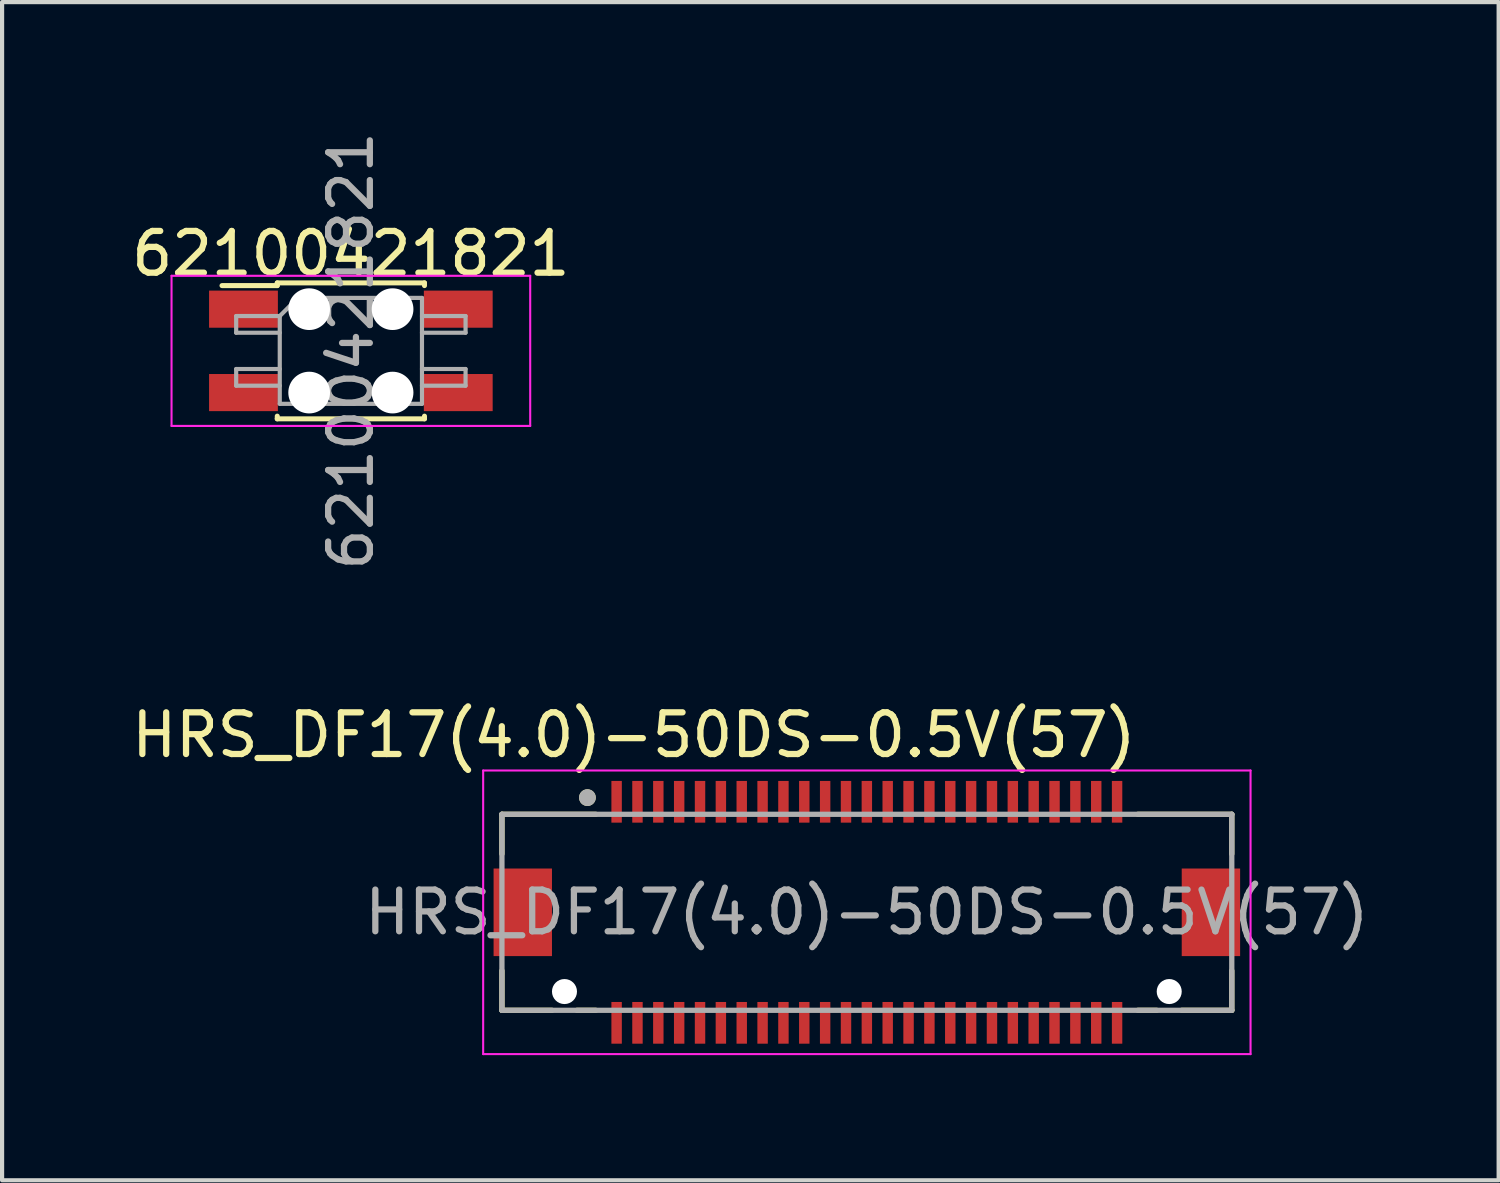
<source format=kicad_pcb>
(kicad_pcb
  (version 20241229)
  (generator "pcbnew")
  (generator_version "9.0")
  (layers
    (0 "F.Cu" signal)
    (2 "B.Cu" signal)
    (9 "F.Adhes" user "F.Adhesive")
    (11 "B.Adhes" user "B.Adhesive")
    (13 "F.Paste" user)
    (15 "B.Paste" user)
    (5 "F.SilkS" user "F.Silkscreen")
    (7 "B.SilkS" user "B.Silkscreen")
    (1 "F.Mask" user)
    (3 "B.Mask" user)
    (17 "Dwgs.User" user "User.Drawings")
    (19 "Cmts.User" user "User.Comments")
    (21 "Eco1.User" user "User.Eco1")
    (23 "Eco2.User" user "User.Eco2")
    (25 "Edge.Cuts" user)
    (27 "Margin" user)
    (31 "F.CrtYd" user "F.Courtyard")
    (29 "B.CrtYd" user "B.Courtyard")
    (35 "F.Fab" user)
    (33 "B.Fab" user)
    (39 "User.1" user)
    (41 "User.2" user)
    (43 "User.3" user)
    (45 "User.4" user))
  (footprint "62100421821"
    (layer "F.Cu")
    (at 5.363 5.363)
    (property "Reference" "62100421821" (at 0 -2.33 0) (layer "F.SilkS") (effects (font (size 1 1) (thickness 0.15))))
    (attr smd)
    (fp_line (start -3.09 -1.565) (end -1.765 -1.565) (stroke (width 0.12) (type solid)) (layer "F.SilkS"))
    (fp_line (start -1.765 -1.63) (end -1.765 -1.565) (stroke (width 0.12) (type solid)) (layer "F.SilkS"))
    (fp_line (start -1.765 -1.63) (end 1.765 -1.63) (stroke (width 0.12) (type solid)) (layer "F.SilkS"))
    (fp_line (start -1.765 1.565) (end -1.765 1.63) (stroke (width 0.12) (type solid)) (layer "F.SilkS"))
    (fp_line (start -1.765 1.63) (end 1.765 1.63) (stroke (width 0.12) (type solid)) (layer "F.SilkS"))
    (fp_line (start 1.765 -1.63) (end 1.765 -1.565) (stroke (width 0.12) (type solid)) (layer "F.SilkS"))
    (fp_line (start 1.765 1.565) (end 1.765 1.63) (stroke (width 0.12) (type solid)) (layer "F.SilkS"))
    (fp_line (start -4.3 -1.8) (end -4.3 1.8) (stroke (width 0.05) (type solid)) (layer "F.CrtYd"))
    (fp_line (start -4.3 1.8) (end 4.3 1.8) (stroke (width 0.05) (type solid)) (layer "F.CrtYd"))
    (fp_line (start 4.3 -1.8) (end -4.3 -1.8) (stroke (width 0.05) (type solid)) (layer "F.CrtYd"))
    (fp_line (start 4.3 1.8) (end 4.3 -1.8) (stroke (width 0.05) (type solid)) (layer "F.CrtYd"))
    (fp_line (start -2.75 -0.835) (end -2.75 -0.435) (stroke (width 0.1) (type solid)) (layer "F.Fab"))
    (fp_line (start -2.75 -0.435) (end -1.705 -0.435) (stroke (width 0.1) (type solid)) (layer "F.Fab"))
    (fp_line (start -2.75 0.435) (end -2.75 0.835) (stroke (width 0.1) (type solid)) (layer "F.Fab"))
    (fp_line (start -2.75 0.835) (end -1.705 0.835) (stroke (width 0.1) (type solid)) (layer "F.Fab"))
    (fp_line (start -1.705 -0.835) (end -2.75 -0.835) (stroke (width 0.1) (type solid)) (layer "F.Fab"))
    (fp_line (start -1.705 -0.835) (end -1.27 -1.27) (stroke (width 0.1) (type solid)) (layer "F.Fab"))
    (fp_line (start -1.705 0.435) (end -2.75 0.435) (stroke (width 0.1) (type solid)) (layer "F.Fab"))
    (fp_line (start -1.705 1.27) (end -1.705 -0.835) (stroke (width 0.1) (type solid)) (layer "F.Fab"))
    (fp_line (start -1.27 -1.27) (end 1.705 -1.27) (stroke (width 0.1) (type solid)) (layer "F.Fab"))
    (fp_line (start 1.705 -1.27) (end 1.705 1.27) (stroke (width 0.1) (type solid)) (layer "F.Fab"))
    (fp_line (start 1.705 -0.835) (end 2.75 -0.835) (stroke (width 0.1) (type solid)) (layer "F.Fab"))
    (fp_line (start 1.705 0.435) (end 2.75 0.435) (stroke (width 0.1) (type solid)) (layer "F.Fab"))
    (fp_line (start 1.705 1.27) (end -1.705 1.27) (stroke (width 0.1) (type solid)) (layer "F.Fab"))
    (fp_line (start 2.75 -0.835) (end 2.75 -0.435) (stroke (width 0.1) (type solid)) (layer "F.Fab"))
    (fp_line (start 2.75 -0.435) (end 1.705 -0.435) (stroke (width 0.1) (type solid)) (layer "F.Fab"))
    (fp_line (start 2.75 0.435) (end 2.75 0.835) (stroke (width 0.1) (type solid)) (layer "F.Fab"))
    (fp_line (start 2.75 0.835) (end 1.705 0.835) (stroke (width 0.1) (type solid)) (layer "F.Fab"))
    (fp_text user "${REFERENCE}" (at 0 0 90) (layer "F.Fab") (effects (font (size 1 1) (thickness 0.15))))
    (pad "" np_thru_hole circle (at -1 -1) (size 1 1) (drill 1) (layers "*.Cu" "*.Mask"))
    (pad "" np_thru_hole circle (at -1 1) (size 1 1) (drill 1) (layers "*.Cu" "*.Mask"))
    (pad "" np_thru_hole circle (at 1 -1) (size 1 1) (drill 1) (layers "*.Cu" "*.Mask"))
    (pad "" np_thru_hole circle (at 1 1) (size 1 1) (drill 1) (layers "*.Cu" "*.Mask"))
    (pad "1" smd rect (at -2.575 -1) (size 1.65 0.89) (layers "F.Cu" "F.Mask" "F.Paste"))
    (pad "2" smd rect (at 2.575 -1) (size 1.65 0.89) (layers "F.Cu" "F.Mask" "F.Paste"))
    (pad "3" smd rect (at -2.575 1) (size 1.65 0.89) (layers "F.Cu" "F.Mask" "F.Paste"))
    (pad "4" smd rect (at 2.575 1) (size 1.65 0.89) (layers "F.Cu" "F.Mask" "F.Paste")))
  (footprint "HRS_DF17(4.0)-50DS-0.5V(57)"
    (layer "F.Cu")
    (at 17.735 18.825)
    (property "Reference" "HRS_DF17(4.0)-50DS-0.5V(57)" (at -5.586 -4.25 0) (layer "F.SilkS") (effects (font (size 1 1) (thickness 0.15))))
    (attr through_hole)
    (fp_line (start -8.75 -2.35) (end -6.5 -2.35) (stroke (width 0.127) (type solid)) (layer "F.SilkS"))
    (fp_line (start -8.75 -1.4) (end -8.75 -2.35) (stroke (width 0.127) (type solid)) (layer "F.SilkS"))
    (fp_line (start -8.75 1.4) (end -8.75 2.35) (stroke (width 0.127) (type solid)) (layer "F.SilkS"))
    (fp_line (start -8.75 2.35) (end -7.55 2.35) (stroke (width 0.127) (type solid)) (layer "F.SilkS"))
    (fp_line (start -6.95 2.35) (end -6.5 2.35) (stroke (width 0.127) (type solid)) (layer "F.SilkS"))
    (fp_line (start 6.5 -2.35) (end 8.75 -2.35) (stroke (width 0.127) (type solid)) (layer "F.SilkS"))
    (fp_line (start 6.95 2.35) (end 6.5 2.35) (stroke (width 0.127) (type solid)) (layer "F.SilkS"))
    (fp_line (start 8.75 -2.35) (end 8.75 -1.4) (stroke (width 0.127) (type solid)) (layer "F.SilkS"))
    (fp_line (start 8.75 1.4) (end 8.75 2.35) (stroke (width 0.127) (type solid)) (layer "F.SilkS"))
    (fp_line (start 8.75 2.35) (end 7.55 2.35) (stroke (width 0.127) (type solid)) (layer "F.SilkS"))
    (fp_circle (center -6.7 -2.75) (end -6.6 -2.75) (stroke (width 0.2) (type solid)) (fill no) (layer "F.SilkS"))
    (fp_line (start -9.2 -3.4) (end 9.2 -3.4) (stroke (width 0.05) (type solid)) (layer "F.CrtYd"))
    (fp_line (start -9.2 3.4) (end -9.2 -3.4) (stroke (width 0.05) (type solid)) (layer "F.CrtYd"))
    (fp_line (start 9.2 -3.4) (end 9.2 3.4) (stroke (width 0.05) (type solid)) (layer "F.CrtYd"))
    (fp_line (start 9.2 3.4) (end -9.2 3.4) (stroke (width 0.05) (type solid)) (layer "F.CrtYd"))
    (fp_line (start -8.75 -2.35) (end 8.75 -2.35) (stroke (width 0.127) (type solid)) (layer "F.Fab"))
    (fp_line (start -8.75 2.35) (end -8.75 -2.35) (stroke (width 0.127) (type solid)) (layer "F.Fab"))
    (fp_line (start 8.75 -2.35) (end 8.75 2.35) (stroke (width 0.127) (type solid)) (layer "F.Fab"))
    (fp_line (start 8.75 2.35) (end -8.75 2.35) (stroke (width 0.127) (type solid)) (layer "F.Fab"))
    (fp_circle (center -6.7 -2.75) (end -6.6 -2.75) (stroke (width 0.2) (type solid)) (fill no) (layer "F.Fab"))
    (fp_text user "${REFERENCE}" (at 0 0 0) (layer "F.Fab") (effects (font (size 1 1) (thickness 0.15))))
    (pad "" np_thru_hole circle (at -7.25 1.9) (size 0.6 0.6) (drill 0.6) (layers "*.Cu" "*.Mask"))
    (pad "" np_thru_hole circle (at 7.25 1.9) (size 0.6 0.6) (drill 0.6) (layers "*.Cu" "*.Mask"))
    (pad "1" smd rect (at -6 -2.65) (size 0.25 1) (layers "F.Cu" "F.Mask" "F.Paste"))
    (pad "2" smd rect (at -6 2.65) (size 0.25 1) (layers "F.Cu" "F.Mask" "F.Paste"))
    (pad "3" smd rect (at -5.5 -2.65) (size 0.25 1) (layers "F.Cu" "F.Mask" "F.Paste"))
    (pad "4" smd rect (at -5.5 2.65) (size 0.25 1) (layers "F.Cu" "F.Mask" "F.Paste"))
    (pad "5" smd rect (at -5 -2.65) (size 0.25 1) (layers "F.Cu" "F.Mask" "F.Paste"))
    (pad "6" smd rect (at -5 2.65) (size 0.25 1) (layers "F.Cu" "F.Mask" "F.Paste"))
    (pad "7" smd rect (at -4.5 -2.65) (size 0.25 1) (layers "F.Cu" "F.Mask" "F.Paste"))
    (pad "8" smd rect (at -4.5 2.65) (size 0.25 1) (layers "F.Cu" "F.Mask" "F.Paste"))
    (pad "9" smd rect (at -4 -2.65) (size 0.25 1) (layers "F.Cu" "F.Mask" "F.Paste"))
    (pad "10" smd rect (at -4 2.65) (size 0.25 1) (layers "F.Cu" "F.Mask" "F.Paste"))
    (pad "11" smd rect (at -3.5 -2.65) (size 0.25 1) (layers "F.Cu" "F.Mask" "F.Paste"))
    (pad "12" smd rect (at -3.5 2.65) (size 0.25 1) (layers "F.Cu" "F.Mask" "F.Paste"))
    (pad "13" smd rect (at -3 -2.65) (size 0.25 1) (layers "F.Cu" "F.Mask" "F.Paste"))
    (pad "14" smd rect (at -3 2.65) (size 0.25 1) (layers "F.Cu" "F.Mask" "F.Paste"))
    (pad "15" smd rect (at -2.5 -2.65) (size 0.25 1) (layers "F.Cu" "F.Mask" "F.Paste"))
    (pad "16" smd rect (at -2.5 2.65) (size 0.25 1) (layers "F.Cu" "F.Mask" "F.Paste"))
    (pad "17" smd rect (at -2 -2.65) (size 0.25 1) (layers "F.Cu" "F.Mask" "F.Paste"))
    (pad "18" smd rect (at -2 2.65) (size 0.25 1) (layers "F.Cu" "F.Mask" "F.Paste"))
    (pad "19" smd rect (at -1.5 -2.65) (size 0.25 1) (layers "F.Cu" "F.Mask" "F.Paste"))
    (pad "20" smd rect (at -1.5 2.65) (size 0.25 1) (layers "F.Cu" "F.Mask" "F.Paste"))
    (pad "21" smd rect (at -1 -2.65) (size 0.25 1) (layers "F.Cu" "F.Mask" "F.Paste"))
    (pad "22" smd rect (at -1 2.65) (size 0.25 1) (layers "F.Cu" "F.Mask" "F.Paste"))
    (pad "23" smd rect (at -0.5 -2.65) (size 0.25 1) (layers "F.Cu" "F.Mask" "F.Paste"))
    (pad "24" smd rect (at -0.5 2.65) (size 0.25 1) (layers "F.Cu" "F.Mask" "F.Paste"))
    (pad "25" smd rect (at 0 -2.65) (size 0.25 1) (layers "F.Cu" "F.Mask" "F.Paste"))
    (pad "26" smd rect (at 0 2.65) (size 0.25 1) (layers "F.Cu" "F.Mask" "F.Paste"))
    (pad "27" smd rect (at 0.5 -2.65) (size 0.25 1) (layers "F.Cu" "F.Mask" "F.Paste"))
    (pad "28" smd rect (at 0.5 2.65) (size 0.25 1) (layers "F.Cu" "F.Mask" "F.Paste"))
    (pad "29" smd rect (at 1 -2.65) (size 0.25 1) (layers "F.Cu" "F.Mask" "F.Paste"))
    (pad "30" smd rect (at 1 2.65) (size 0.25 1) (layers "F.Cu" "F.Mask" "F.Paste"))
    (pad "31" smd rect (at 1.5 -2.65) (size 0.25 1) (layers "F.Cu" "F.Mask" "F.Paste"))
    (pad "32" smd rect (at 1.5 2.65) (size 0.25 1) (layers "F.Cu" "F.Mask" "F.Paste"))
    (pad "33" smd rect (at 2 -2.65) (size 0.25 1) (layers "F.Cu" "F.Mask" "F.Paste"))
    (pad "34" smd rect (at 2 2.65) (size 0.25 1) (layers "F.Cu" "F.Mask" "F.Paste"))
    (pad "35" smd rect (at 2.5 -2.65) (size 0.25 1) (layers "F.Cu" "F.Mask" "F.Paste"))
    (pad "36" smd rect (at 2.5 2.65) (size 0.25 1) (layers "F.Cu" "F.Mask" "F.Paste"))
    (pad "37" smd rect (at 3 -2.65) (size 0.25 1) (layers "F.Cu" "F.Mask" "F.Paste"))
    (pad "38" smd rect (at 3 2.65) (size 0.25 1) (layers "F.Cu" "F.Mask" "F.Paste"))
    (pad "39" smd rect (at 3.5 -2.65) (size 0.25 1) (layers "F.Cu" "F.Mask" "F.Paste"))
    (pad "40" smd rect (at 3.5 2.65) (size 0.25 1) (layers "F.Cu" "F.Mask" "F.Paste"))
    (pad "41" smd rect (at 4 -2.65) (size 0.25 1) (layers "F.Cu" "F.Mask" "F.Paste"))
    (pad "42" smd rect (at 4 2.65) (size 0.25 1) (layers "F.Cu" "F.Mask" "F.Paste"))
    (pad "43" smd rect (at 4.5 -2.65) (size 0.25 1) (layers "F.Cu" "F.Mask" "F.Paste"))
    (pad "44" smd rect (at 4.5 2.65) (size 0.25 1) (layers "F.Cu" "F.Mask" "F.Paste"))
    (pad "45" smd rect (at 5 -2.65) (size 0.25 1) (layers "F.Cu" "F.Mask" "F.Paste"))
    (pad "46" smd rect (at 5 2.65) (size 0.25 1) (layers "F.Cu" "F.Mask" "F.Paste"))
    (pad "47" smd rect (at 5.5 -2.65) (size 0.25 1) (layers "F.Cu" "F.Mask" "F.Paste"))
    (pad "48" smd rect (at 5.5 2.65) (size 0.25 1) (layers "F.Cu" "F.Mask" "F.Paste"))
    (pad "49" smd rect (at 6 -2.65) (size 0.25 1) (layers "F.Cu" "F.Mask" "F.Paste"))
    (pad "50" smd rect (at 6 2.65) (size 0.25 1) (layers "F.Cu" "F.Mask" "F.Paste"))
    (pad "S1" smd rect (at -8.25 0) (size 1.4 2.1) (layers "F.Cu" "F.Mask" "F.Paste"))
    (pad "S2" smd rect (at 8.25 0) (size 1.4 2.1) (layers "F.Cu" "F.Mask" "F.Paste")))
  (gr_rect
    (start -3 -3)
    (end 32.884 25.25)
    (stroke (width 0.1) (type default))
    (fill no)
    (layer "Edge.Cuts")))
</source>
